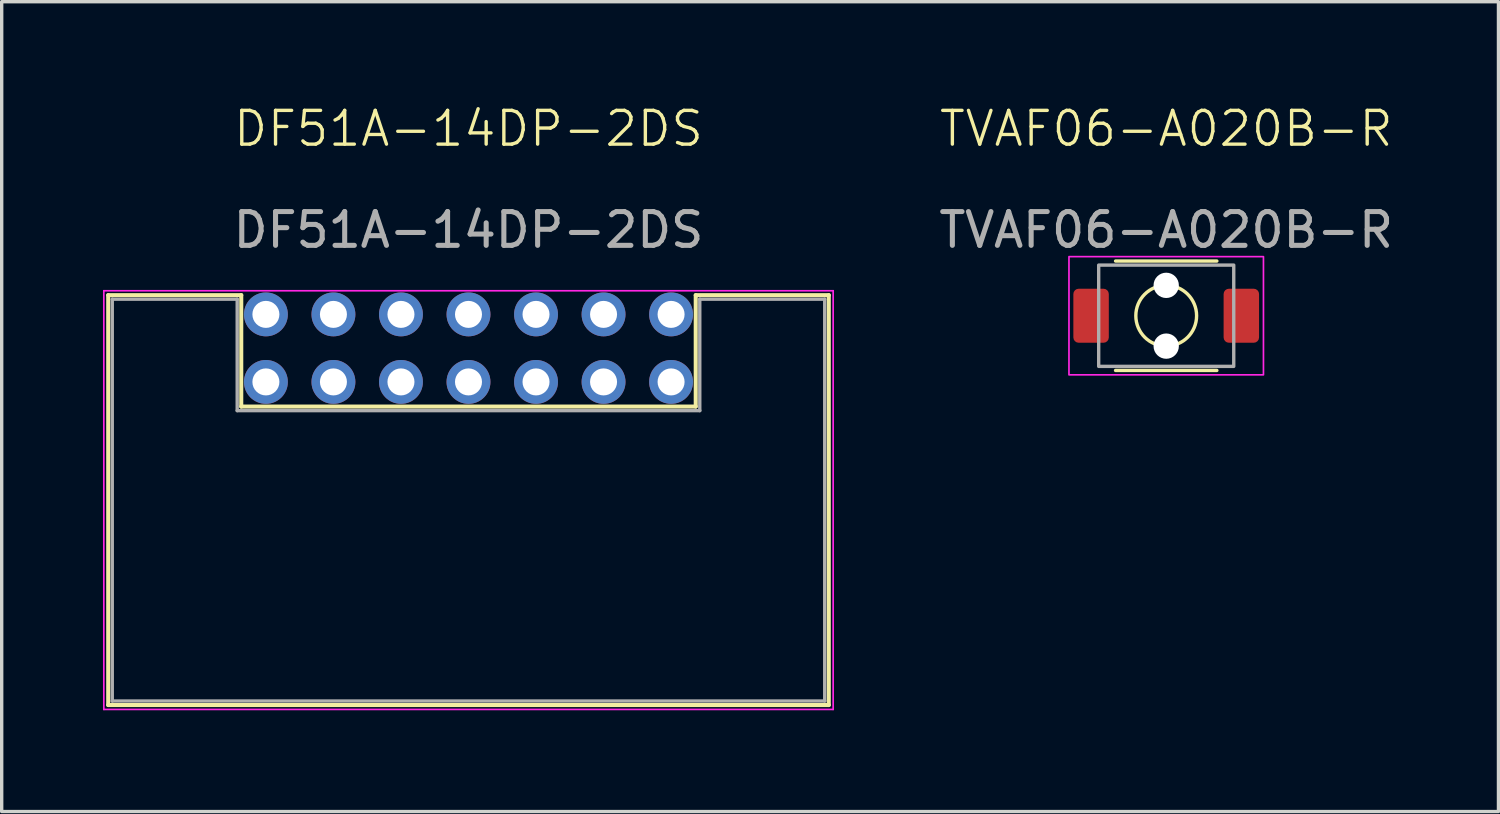
<source format=kicad_pcb>
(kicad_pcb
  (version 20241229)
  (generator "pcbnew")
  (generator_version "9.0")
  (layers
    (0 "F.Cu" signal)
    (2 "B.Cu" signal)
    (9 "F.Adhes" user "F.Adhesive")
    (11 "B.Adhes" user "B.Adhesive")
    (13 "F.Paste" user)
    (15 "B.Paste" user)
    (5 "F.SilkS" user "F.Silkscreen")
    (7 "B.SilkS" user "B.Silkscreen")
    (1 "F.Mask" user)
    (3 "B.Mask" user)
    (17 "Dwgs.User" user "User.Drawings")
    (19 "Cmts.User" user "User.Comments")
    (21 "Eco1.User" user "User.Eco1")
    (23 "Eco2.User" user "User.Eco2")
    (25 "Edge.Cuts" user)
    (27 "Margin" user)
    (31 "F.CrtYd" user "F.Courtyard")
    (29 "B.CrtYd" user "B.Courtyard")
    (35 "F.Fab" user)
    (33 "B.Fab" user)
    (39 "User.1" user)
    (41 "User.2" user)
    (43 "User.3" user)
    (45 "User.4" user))
  (footprint "TVAF06-A020B-R"
    (layer "F.Cu")
    (at 31.489 6.301)
    (property "Reference" "TVAF06-A020B-R" (at 0 -5.54 0) (unlocked yes) (layer "F.SilkS") (effects (font (size 1 1) (thickness 0.1))))
    (attr smd)
    (fp_line (start -1.5 -1.62) (end 1.5 -1.62) (stroke (width 0.1) (type default)) (layer "F.SilkS"))
    (fp_line (start -1.5 1.62) (end 1.5 1.62) (stroke (width 0.1) (type default)) (layer "F.SilkS"))
    (fp_circle (center 0 0) (end 0.9 0) (stroke (width 0.1) (type default)) (fill no) (layer "F.SilkS"))
    (fp_rect (start -2.88 -1.75) (end 2.88 1.75) (stroke (width 0.05) (type default)) (fill no) (layer "F.CrtYd"))
    (fp_rect (start -2 -1.5) (end 2 1.5) (stroke (width 0.1) (type default)) (fill no) (layer "F.Fab"))
    (fp_text user "${REFERENCE}" (at 0 -2.54 0) (unlocked yes) (layer "F.Fab") (effects (font (size 1 1) (thickness 0.15))))
    (pad "" np_thru_hole circle (at 0 -0.9) (size 0.75 0.75) (drill 0.75) (layers "*.Cu" "*.Mask"))
    (pad "" np_thru_hole circle (at 0 0.9) (size 0.75 0.75) (drill 0.75) (layers "*.Cu" "*.Mask"))
    (pad "1" smd roundrect (at -2.225 0) (size 1.05 1.6) (layers "F.Cu" "F.Mask" "F.Paste") (roundrect_rratio 0.15))
    (pad "2" smd roundrect (at 2.225 0) (size 1.05 1.6) (layers "F.Cu" "F.Mask" "F.Paste") (roundrect_rratio 0.15)))
  (footprint "DF51A-14DP-2DS"
    (layer "F.Cu")
    (at 4.825 6.261)
    (property "Reference" "DF51A-14DP-2DS" (at 6 -5.5 0) (unlocked yes) (layer "F.SilkS") (effects (font (size 1 1) (thickness 0.1))))
    (attr through_hole)
    (fp_line (start -4.67 -0.57) (end -4.67 11.57) (stroke (width 0.12) (type default)) (layer "F.SilkS"))
    (fp_line (start -4.67 -0.57) (end -0.73 -0.57) (stroke (width 0.12) (type default)) (layer "F.SilkS"))
    (fp_line (start -4.67 11.57) (end 16.67 11.57) (stroke (width 0.12) (type default)) (layer "F.SilkS"))
    (fp_line (start -0.73 -0.57) (end -0.73 2.73) (stroke (width 0.12) (type default)) (layer "F.SilkS"))
    (fp_line (start -0.73 2.73) (end 12.73 2.73) (stroke (width 0.12) (type default)) (layer "F.SilkS"))
    (fp_line (start 12.73 -0.57) (end 16.67 -0.57) (stroke (width 0.12) (type default)) (layer "F.SilkS"))
    (fp_line (start 12.73 2.73) (end 12.73 -0.57) (stroke (width 0.12) (type default)) (layer "F.SilkS"))
    (fp_line (start 16.67 -0.57) (end 16.67 11.57) (stroke (width 0.12) (type default)) (layer "F.SilkS"))
    (fp_line (start -4.8 -0.7) (end -4.8 11.7) (stroke (width 0.05) (type default)) (layer "F.CrtYd"))
    (fp_line (start -4.8 11.7) (end 16.8 11.7) (stroke (width 0.05) (type default)) (layer "F.CrtYd"))
    (fp_line (start 16.8 -0.7) (end -4.8 -0.7) (stroke (width 0.05) (type default)) (layer "F.CrtYd"))
    (fp_line (start 16.8 11.7) (end 16.8 -0.7) (stroke (width 0.05) (type default)) (layer "F.CrtYd"))
    (fp_line (start -4.55 -0.45) (end -4.55 11.45) (stroke (width 0.1) (type default)) (layer "F.Fab"))
    (fp_line (start -4.55 11.45) (end 16.55 11.45) (stroke (width 0.1) (type default)) (layer "F.Fab"))
    (fp_line (start -0.85 -0.45) (end -4.55 -0.45) (stroke (width 0.1) (type default)) (layer "F.Fab"))
    (fp_line (start -0.85 2.85) (end -0.85 -0.45) (stroke (width 0.1) (type default)) (layer "F.Fab"))
    (fp_line (start -0.85 2.85) (end 12.85 2.85) (stroke (width 0.1) (type default)) (layer "F.Fab"))
    (fp_line (start 12.85 -0.45) (end 12.85 2.85) (stroke (width 0.1) (type default)) (layer "F.Fab"))
    (fp_line (start 12.85 -0.45) (end 16.55 -0.45) (stroke (width 0.1) (type default)) (layer "F.Fab"))
    (fp_line (start 16.55 11.45) (end 16.55 -0.45) (stroke (width 0.1) (type default)) (layer "F.Fab"))
    (fp_text user "${REFERENCE}" (at 6 -2.5 0) (unlocked yes) (layer "F.Fab") (effects (font (size 1 1) (thickness 0.15))))
    (pad "1" thru_hole circle (at 0 0) (size 1.3 1.3) (drill 0.8) (layers "*.Cu" "*.Mask"))
    (pad "2" thru_hole circle (at 0 2) (size 1.3 1.3) (drill 0.8) (layers "*.Cu" "*.Mask"))
    (pad "3" thru_hole circle (at 2 0) (size 1.3 1.3) (drill 0.8) (layers "*.Cu" "*.Mask"))
    (pad "4" thru_hole circle (at 2 2) (size 1.3 1.3) (drill 0.8) (layers "*.Cu" "*.Mask"))
    (pad "5" thru_hole circle (at 4 0) (size 1.3 1.3) (drill 0.8) (layers "*.Cu" "*.Mask"))
    (pad "6" thru_hole circle (at 4 2) (size 1.3 1.3) (drill 0.8) (layers "*.Cu" "*.Mask"))
    (pad "7" thru_hole circle (at 6 0) (size 1.3 1.3) (drill 0.8) (layers "*.Cu" "*.Mask"))
    (pad "8" thru_hole circle (at 6 2) (size 1.3 1.3) (drill 0.8) (layers "*.Cu" "*.Mask"))
    (pad "9" thru_hole circle (at 8 0) (size 1.3 1.3) (drill 0.8) (layers "*.Cu" "*.Mask"))
    (pad "10" thru_hole circle (at 8 2) (size 1.3 1.3) (drill 0.8) (layers "*.Cu" "*.Mask"))
    (pad "11" thru_hole circle (at 10 0) (size 1.3 1.3) (drill 0.8) (layers "*.Cu" "*.Mask"))
    (pad "12" thru_hole circle (at 10 2) (size 1.3 1.3) (drill 0.8) (layers "*.Cu" "*.Mask"))
    (pad "13" thru_hole circle (at 12 0) (size 1.3 1.3) (drill 0.8) (layers "*.Cu" "*.Mask"))
    (pad "14" thru_hole circle (at 12 2) (size 1.3 1.3) (drill 0.8) (layers "*.Cu" "*.Mask")))
  (gr_rect
    (start -3 -3)
    (end 41.329 20.985)
    (stroke (width 0.1) (type default))
    (fill no)
    (layer "Edge.Cuts")))
</source>
